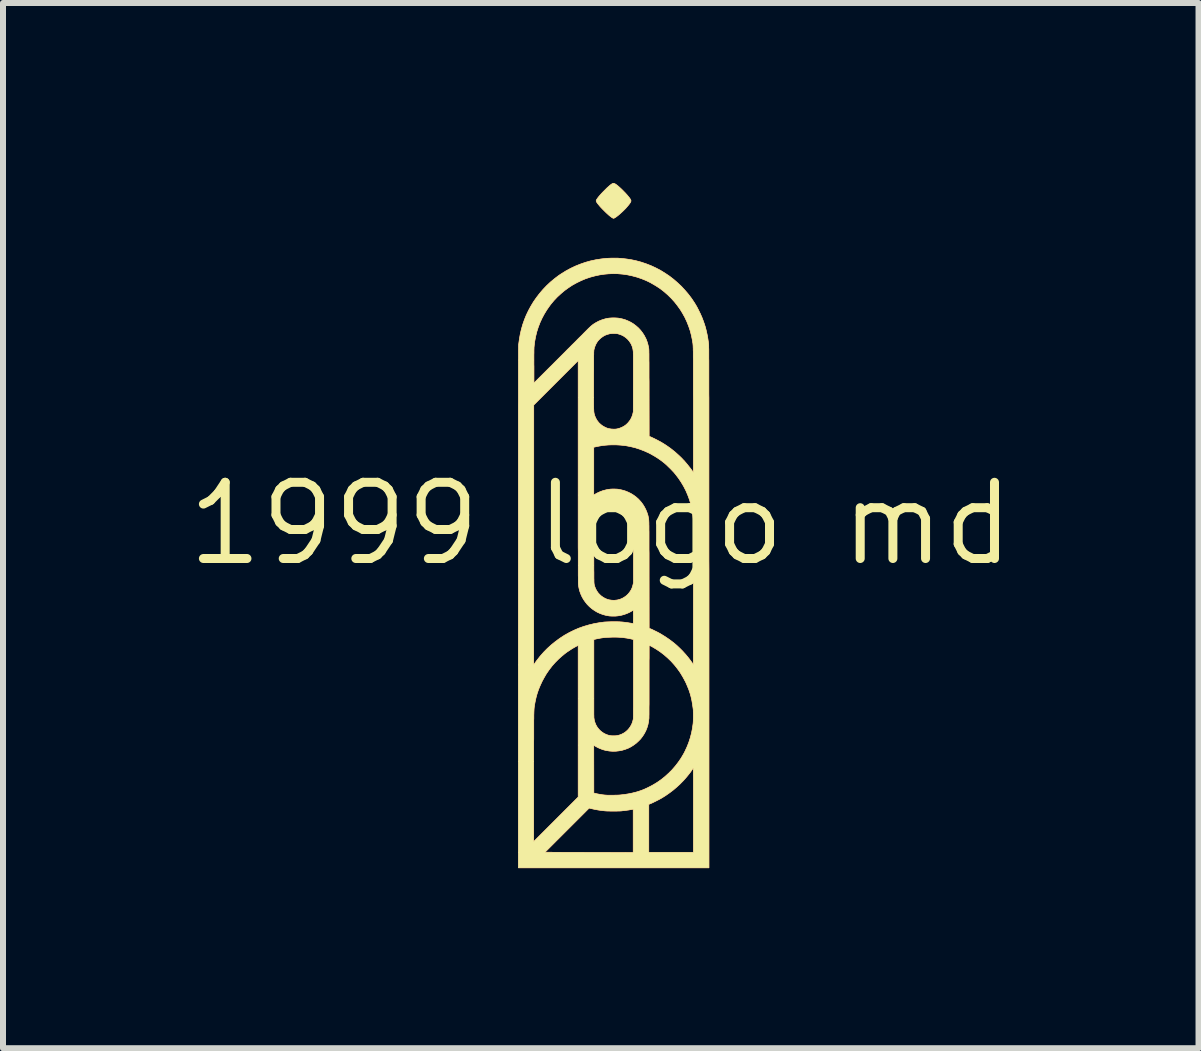
<source format=kicad_pcb>
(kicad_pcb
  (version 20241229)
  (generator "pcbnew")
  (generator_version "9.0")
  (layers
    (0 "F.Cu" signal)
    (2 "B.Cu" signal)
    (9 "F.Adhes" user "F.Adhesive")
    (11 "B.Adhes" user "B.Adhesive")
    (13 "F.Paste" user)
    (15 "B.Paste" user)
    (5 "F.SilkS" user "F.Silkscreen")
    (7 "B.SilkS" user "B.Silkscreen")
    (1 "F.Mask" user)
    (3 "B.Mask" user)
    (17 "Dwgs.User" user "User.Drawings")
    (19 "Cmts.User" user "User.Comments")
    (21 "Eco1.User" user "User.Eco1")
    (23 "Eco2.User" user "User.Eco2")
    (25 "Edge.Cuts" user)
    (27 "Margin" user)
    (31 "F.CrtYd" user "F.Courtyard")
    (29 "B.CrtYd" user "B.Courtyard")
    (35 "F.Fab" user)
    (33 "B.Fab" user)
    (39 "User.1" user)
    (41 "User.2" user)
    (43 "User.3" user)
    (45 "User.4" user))
  (footprint "1999 logo md"
    (layer "F.Cu")
    (at 6.962 5.678)
    (property "Reference" "1999 logo md" (at 0 0 0) (layer "F.SilkS") (effects (font (size 1.27 1.27) (thickness 0.15))))
    (attr through_hole)
    (fp_poly (pts (xy 0.217 -5.673) (xy 0.23 -5.668) (xy 0.245 -5.66) (xy 0.26 -5.65) (xy 0.277 -5.637) (xy 0.296 -5.621) (xy 0.316 -5.603) (xy 0.338 -5.583) (xy 0.359 -5.562) (xy 0.381 -5.54) (xy 0.403 -5.518) (xy 0.423 -5.496) (xy 0.442 -5.475) (xy 0.459 -5.454) (xy 0.474 -5.436) (xy 0.486 -5.419) (xy 0.495 -5.405) (xy 0.498 -5.401) (xy 0.501 -5.392) (xy 0.503 -5.382) (xy 0.502 -5.373) (xy 0.498 -5.362) (xy 0.491 -5.35) (xy 0.481 -5.335) (xy 0.471 -5.322) (xy 0.456 -5.303) (xy 0.439 -5.283) (xy 0.421 -5.262) (xy 0.401 -5.241) (xy 0.38 -5.22) (xy 0.359 -5.2) (xy 0.337 -5.18) (xy 0.316 -5.161) (xy 0.296 -5.144) (xy 0.277 -5.129) (xy 0.259 -5.115) (xy 0.243 -5.104) (xy 0.23 -5.096) (xy 0.219 -5.092) (xy 0.212 -5.09) (xy 0.207 -5.091) (xy 0.2 -5.095) (xy 0.192 -5.099) (xy 0.177 -5.109) (xy 0.16 -5.122) (xy 0.14 -5.138) (xy 0.119 -5.157) (xy 0.097 -5.177) (xy 0.074 -5.199) (xy 0.051 -5.222) (xy 0.028 -5.245) (xy 0.006 -5.268) (xy -0.014 -5.29) (xy -0.032 -5.312) (xy -0.048 -5.331) (xy -0.055 -5.34) (xy -0.065 -5.355) (xy -0.072 -5.366) (xy -0.075 -5.375) (xy -0.076 -5.384) (xy -0.074 -5.392) (xy -0.069 -5.402) (xy -0.064 -5.409) (xy -0.05 -5.429) (xy -0.032 -5.452) (xy -0.01 -5.478) (xy 0.014 -5.505) (xy 0.041 -5.533) (xy 0.07 -5.562) (xy 0.078 -5.57) (xy 0.104 -5.596) (xy 0.128 -5.617) (xy 0.149 -5.636) (xy 0.168 -5.651) (xy 0.184 -5.662) (xy 0.197 -5.67) (xy 0.207 -5.673) (xy 0.207 -5.673) (xy 0.217 -5.673)) (stroke (width 0.01) (type solid)) (fill yes) (layer "F.Cu"))
    (fp_poly (pts (xy 0.259 -4.425) (xy 0.289 -4.425) (xy 0.318 -4.423) (xy 0.342 -4.422) (xy 0.348 -4.421) (xy 0.433 -4.411) (xy 0.515 -4.398) (xy 0.586 -4.383) (xy 0.671 -4.36) (xy 0.755 -4.332) (xy 0.837 -4.3) (xy 0.917 -4.263) (xy 0.995 -4.222) (xy 1.07 -4.176) (xy 1.143 -4.127) (xy 1.212 -4.074) (xy 1.279 -4.016) (xy 1.343 -3.956) (xy 1.403 -3.891) (xy 1.46 -3.824) (xy 1.514 -3.753) (xy 1.563 -3.679) (xy 1.587 -3.639) (xy 1.601 -3.615) (xy 1.615 -3.588) (xy 1.63 -3.559) (xy 1.645 -3.528) (xy 1.66 -3.498) (xy 1.673 -3.468) (xy 1.685 -3.441) (xy 1.691 -3.426) (xy 1.711 -3.373) (xy 1.729 -3.321) (xy 1.745 -3.27) (xy 1.758 -3.217) (xy 1.77 -3.164) (xy 1.781 -3.108) (xy 1.79 -3.048) (xy 1.798 -2.991) (xy 1.798 -2.989) (xy 1.798 -2.987) (xy 1.798 -2.984) (xy 1.798 -2.981) (xy 1.798 -2.977) (xy 1.799 -2.973) (xy 1.799 -2.968) (xy 1.799 -2.962) (xy 1.799 -2.954) (xy 1.799 -2.946) (xy 1.799 -2.937) (xy 1.799 -2.927) (xy 1.8 -2.916) (xy 1.8 -2.903) (xy 1.8 -2.889) (xy 1.8 -2.873) (xy 1.8 -2.856) (xy 1.8 -2.838) (xy 1.8 -2.818) (xy 1.8 -2.796) (xy 1.8 -2.772) (xy 1.8 -2.747) (xy 1.801 -2.719) (xy 1.801 -2.69) (xy 1.801 -2.658) (xy 1.801 -2.625) (xy 1.801 -2.589) (xy 1.801 -2.551) (xy 1.801 -2.511) (xy 1.801 -2.468) (xy 1.801 -2.423) (xy 1.801 -2.375) (xy 1.801 -2.324) (xy 1.801 -2.271) (xy 1.801 -2.215) (xy 1.801 -2.157) (xy 1.802 -2.095) (xy 1.802 -2.03) (xy 1.802 -1.963) (xy 1.802 -1.892) (xy 1.802 -1.818) (xy 1.802 -1.741) (xy 1.802 -1.66) (xy 1.802 -1.576) (xy 1.802 -1.489) (xy 1.802 -1.398) (xy 1.802 -1.303) (xy 1.802 -1.205) (xy 1.802 -1.103) (xy 1.802 -0.997) (xy 1.802 -0.887) (xy 1.802 -0.773) (xy 1.802 -0.656) (xy 1.802 -0.534) (xy 1.802 -0.408) (xy 1.802 -0.277) (xy 1.802 -0.143) (xy 1.802 -0.004) (xy 1.802 0.14) (xy 1.802 0.288) (xy 1.802 0.441) (xy 1.802 0.598) (xy 1.803 0.76) (xy 1.803 0.927) (xy 1.803 1.099) (xy 1.803 1.276) (xy 1.803 1.39) (xy 1.803 5.735) (xy -1.374 5.735) (xy -1.374 5.475) (xy -0.93 5.475) (xy -0.651 5.476) (xy -0.617 5.476) (xy -0.578 5.477) (xy -0.535 5.477) (xy -0.489 5.477) (xy -0.439 5.477) (xy -0.387 5.477) (xy -0.333 5.477) (xy -0.278 5.477) (xy -0.221 5.478) (xy -0.164 5.478) (xy -0.107 5.478) (xy -0.05 5.478) (xy 0.005 5.478) (xy 0.059 5.478) (xy 0.084 5.478) (xy 0.541 5.479) (xy 0.541 4.757) (xy 0.535 4.758) (xy 0.523 4.761) (xy 0.506 4.764) (xy 0.486 4.767) (xy 0.464 4.771) (xy 0.44 4.774) (xy 0.415 4.778) (xy 0.391 4.781) (xy 0.368 4.783) (xy 0.346 4.786) (xy 0.344 4.786) (xy 0.33 4.787) (xy 0.312 4.788) (xy 0.29 4.788) (xy 0.266 4.789) (xy 0.24 4.789) (xy 0.213 4.789) (xy 0.186 4.789) (xy 0.16 4.789) (xy 0.135 4.788) (xy 0.113 4.788) (xy 0.094 4.787) (xy 0.079 4.786) (xy 0.077 4.786) (xy 0.019 4.78) (xy -0.036 4.772) (xy -0.088 4.763) (xy -0.138 4.752) (xy -0.151 4.749) (xy -0.194 4.739) (xy -0.562 5.107) (xy -0.93 5.475) (xy -1.374 5.475) (xy -1.374 3.891) (xy -1.118 3.891) (xy -1.118 3.966) (xy -1.118 4.045) (xy -1.118 4.129) (xy -1.118 4.218) (xy -1.118 4.225) (xy -1.118 5.297) (xy -0.747 4.926) (xy -0.498 4.677) (xy 0.8 4.677) (xy 0.8 5.476) (xy 1.544 5.476) (xy 1.544 4.772) (xy 1.544 4.713) (xy 1.544 4.655) (xy 1.544 4.598) (xy 1.544 4.543) (xy 1.544 4.491) (xy 1.544 4.44) (xy 1.544 4.392) (xy 1.544 4.346) (xy 1.544 4.303) (xy 1.544 4.263) (xy 1.544 4.226) (xy 1.543 4.193) (xy 1.543 4.163) (xy 1.543 4.137) (xy 1.543 4.115) (xy 1.543 4.097) (xy 1.543 4.084) (xy 1.542 4.075) (xy 1.542 4.071) (xy 1.542 4.07) (xy 1.54 4.073) (xy 1.536 4.08) (xy 1.53 4.088) (xy 1.524 4.097) (xy 1.5 4.132) (xy 1.472 4.169) (xy 1.442 4.206) (xy 1.41 4.244) (xy 1.376 4.282) (xy 1.367 4.291) (xy 1.317 4.342) (xy 1.262 4.392) (xy 1.204 4.441) (xy 1.143 4.487) (xy 1.08 4.531) (xy 1.016 4.571) (xy 1.01 4.574) (xy 0.991 4.585) (xy 0.969 4.597) (xy 0.945 4.609) (xy 0.92 4.622) (xy 0.895 4.634) (xy 0.871 4.646) (xy 0.85 4.656) (xy 0.832 4.663) (xy 0.8 4.677) (xy -0.498 4.677) (xy -0.376 4.555) (xy -0.376 3.69) (xy -0.117 3.69) (xy -0.116 4.489) (xy -0.085 4.496) (xy -0.06 4.502) (xy -0.033 4.507) (xy -0.004 4.512) (xy 0.024 4.517) (xy 0.05 4.52) (xy 0.068 4.522) (xy 0.08 4.523) (xy 0.097 4.524) (xy 0.117 4.525) (xy 0.14 4.525) (xy 0.165 4.525) (xy 0.191 4.525) (xy 0.217 4.525) (xy 0.242 4.524) (xy 0.266 4.524) (xy 0.288 4.523) (xy 0.307 4.522) (xy 0.321 4.521) (xy 0.392 4.513) (xy 0.462 4.502) (xy 0.53 4.488) (xy 0.597 4.471) (xy 0.66 4.451) (xy 0.711 4.432) (xy 0.729 4.424) (xy 0.751 4.414) (xy 0.775 4.403) (xy 0.799 4.391) (xy 0.823 4.379) (xy 0.846 4.367) (xy 0.866 4.356) (xy 0.871 4.353) (xy 0.941 4.311) (xy 1.008 4.264) (xy 1.072 4.213) (xy 1.132 4.158) (xy 1.19 4.1) (xy 1.243 4.039) (xy 1.293 3.974) (xy 1.339 3.907) (xy 1.381 3.836) (xy 1.402 3.796) (xy 1.436 3.723) (xy 1.466 3.648) (xy 1.491 3.571) (xy 1.512 3.492) (xy 1.528 3.411) (xy 1.538 3.339) (xy 1.54 3.324) (xy 1.541 3.306) (xy 1.542 3.284) (xy 1.542 3.26) (xy 1.543 3.234) (xy 1.543 3.208) (xy 1.543 3.181) (xy 1.543 3.156) (xy 1.542 3.133) (xy 1.542 3.112) (xy 1.541 3.095) (xy 1.54 3.085) (xy 1.53 3.015) (xy 1.519 2.949) (xy 1.505 2.886) (xy 1.488 2.825) (xy 1.468 2.766) (xy 1.444 2.707) (xy 1.418 2.647) (xy 1.407 2.625) (xy 1.368 2.553) (xy 1.326 2.483) (xy 1.279 2.417) (xy 1.228 2.353) (xy 1.174 2.293) (xy 1.116 2.237) (xy 1.054 2.183) (xy 0.99 2.134) (xy 0.922 2.089) (xy 0.851 2.047) (xy 0.837 2.04) (xy 0.826 2.034) (xy 0.817 2.029) (xy 0.81 2.026) (xy 0.807 2.024) (xy 0.807 2.024) (xy 0.807 2.027) (xy 0.807 2.034) (xy 0.806 2.046) (xy 0.806 2.063) (xy 0.806 2.083) (xy 0.806 2.108) (xy 0.806 2.136) (xy 0.806 2.168) (xy 0.806 2.203) (xy 0.806 2.241) (xy 0.805 2.282) (xy 0.805 2.326) (xy 0.805 2.372) (xy 0.805 2.42) (xy 0.805 2.47) (xy 0.805 2.522) (xy 0.805 2.576) (xy 0.805 2.614) (xy 0.805 2.68) (xy 0.805 2.743) (xy 0.805 2.802) (xy 0.805 2.859) (xy 0.805 2.912) (xy 0.805 2.962) (xy 0.805 3.008) (xy 0.804 3.051) (xy 0.804 3.09) (xy 0.804 3.125) (xy 0.804 3.155) (xy 0.804 3.181) (xy 0.803 3.203) (xy 0.803 3.22) (xy 0.803 3.233) (xy 0.803 3.24) (xy 0.803 3.241) (xy 0.796 3.297) (xy 0.786 3.35) (xy 0.77 3.402) (xy 0.75 3.452) (xy 0.725 3.499) (xy 0.696 3.544) (xy 0.663 3.587) (xy 0.632 3.619) (xy 0.592 3.656) (xy 0.549 3.688) (xy 0.504 3.717) (xy 0.457 3.741) (xy 0.407 3.76) (xy 0.357 3.775) (xy 0.305 3.785) (xy 0.252 3.791) (xy 0.198 3.792) (xy 0.144 3.788) (xy 0.091 3.779) (xy 0.084 3.778) (xy 0.05 3.769) (xy 0.014 3.757) (xy -0.021 3.743) (xy -0.054 3.728) (xy -0.085 3.711) (xy -0.106 3.698) (xy -0.117 3.69) (xy -0.376 3.69) (xy -0.376 2.851) (xy -0.116 2.851) (xy -0.116 2.909) (xy -0.116 2.963) (xy -0.116 3.011) (xy -0.116 3.055) (xy -0.116 3.094) (xy -0.116 3.128) (xy -0.116 3.157) (xy -0.116 3.182) (xy -0.115 3.202) (xy -0.115 3.218) (xy -0.115 3.229) (xy -0.114 3.235) (xy -0.114 3.235) (xy -0.108 3.275) (xy -0.097 3.313) (xy -0.082 3.35) (xy -0.063 3.384) (xy -0.04 3.415) (xy -0.014 3.444) (xy 0.016 3.469) (xy 0.048 3.491) (xy 0.083 3.509) (xy 0.12 3.523) (xy 0.159 3.532) (xy 0.176 3.534) (xy 0.196 3.535) (xy 0.217 3.535) (xy 0.238 3.535) (xy 0.258 3.533) (xy 0.268 3.532) (xy 0.308 3.523) (xy 0.346 3.509) (xy 0.381 3.491) (xy 0.414 3.469) (xy 0.444 3.443) (xy 0.47 3.414) (xy 0.493 3.382) (xy 0.513 3.347) (xy 0.528 3.31) (xy 0.539 3.27) (xy 0.54 3.265) (xy 0.541 3.263) (xy 0.541 3.26) (xy 0.542 3.256) (xy 0.542 3.252) (xy 0.542 3.248) (xy 0.543 3.242) (xy 0.543 3.235) (xy 0.543 3.226) (xy 0.543 3.216) (xy 0.544 3.204) (xy 0.544 3.19) (xy 0.544 3.174) (xy 0.544 3.155) (xy 0.544 3.134) (xy 0.544 3.111) (xy 0.544 3.084) (xy 0.545 3.054) (xy 0.545 3.021) (xy 0.545 2.984) (xy 0.545 2.944) (xy 0.545 2.9) (xy 0.545 2.852) (xy 0.545 2.799) (xy 0.545 2.742) (xy 0.545 2.681) (xy 0.545 2.614) (xy 0.545 2.586) (xy 0.545 1.929) (xy 0.532 1.926) (xy 0.518 1.923) (xy 0.501 1.919) (xy 0.481 1.915) (xy 0.46 1.911) (xy 0.44 1.907) (xy 0.42 1.904) (xy 0.41 1.903) (xy 0.379 1.898) (xy 0.349 1.895) (xy 0.32 1.893) (xy 0.29 1.891) (xy 0.258 1.89) (xy 0.223 1.89) (xy 0.193 1.89) (xy 0.149 1.892) (xy 0.109 1.893) (xy 0.072 1.896) (xy 0.037 1.9) (xy 0.001 1.905) (xy -0.034 1.912) (xy -0.072 1.919) (xy -0.079 1.921) (xy -0.116 1.929) (xy -0.116 2.568) (xy -0.116 2.646) (xy -0.116 2.719) (xy -0.116 2.788) (xy -0.116 2.851) (xy -0.376 2.851) (xy -0.376 2.027) (xy -0.401 2.039) (xy -0.439 2.06) (xy -0.479 2.083) (xy -0.52 2.11) (xy -0.561 2.137) (xy -0.6 2.166) (xy -0.636 2.196) (xy -0.638 2.197) (xy -0.7 2.252) (xy -0.758 2.31) (xy -0.812 2.371) (xy -0.862 2.436) (xy -0.908 2.503) (xy -0.949 2.574) (xy -0.978 2.628) (xy -1.01 2.697) (xy -1.038 2.765) (xy -1.061 2.833) (xy -1.08 2.903) (xy -1.095 2.973) (xy -1.104 3.024) (xy -1.105 3.031) (xy -1.106 3.038) (xy -1.107 3.045) (xy -1.108 3.051) (xy -1.109 3.057) (xy -1.11 3.064) (xy -1.11 3.07) (xy -1.111 3.077) (xy -1.112 3.085) (xy -1.112 3.093) (xy -1.113 3.102) (xy -1.113 3.112) (xy -1.114 3.123) (xy -1.114 3.136) (xy -1.115 3.15) (xy -1.115 3.165) (xy -1.116 3.183) (xy -1.116 3.202) (xy -1.116 3.223) (xy -1.116 3.247) (xy -1.117 3.272) (xy -1.117 3.301) (xy -1.117 3.332) (xy -1.117 3.366) (xy -1.117 3.402) (xy -1.117 3.442) (xy -1.117 3.485) (xy -1.117 3.532) (xy -1.117 3.582) (xy -1.118 3.636) (xy -1.118 3.694) (xy -1.118 3.755) (xy -1.118 3.821) (xy -1.118 3.891) (xy -1.374 3.891) (xy -1.374 2.353) (xy -1.118 2.353) (xy -1.099 2.326) (xy -1.09 2.313) (xy -1.08 2.299) (xy -1.07 2.285) (xy -1.064 2.277) (xy -1.01 2.208) (xy -0.952 2.142) (xy -0.89 2.079) (xy -0.825 2.02) (xy -0.756 1.964) (xy -0.685 1.912) (xy -0.678 1.907) (xy -0.603 1.858) (xy -0.526 1.815) (xy -0.447 1.776) (xy -0.366 1.741) (xy -0.284 1.712) (xy -0.199 1.687) (xy -0.113 1.666) (xy -0.024 1.65) (xy 0.057 1.639) (xy 0.073 1.638) (xy 0.094 1.637) (xy 0.117 1.636) (xy 0.144 1.635) (xy 0.171 1.634) (xy 0.199 1.634) (xy 0.227 1.634) (xy 0.254 1.634) (xy 0.278 1.634) (xy 0.3 1.635) (xy 0.317 1.635) (xy 0.318 1.636) (xy 0.336 1.637) (xy 0.355 1.638) (xy 0.374 1.64) (xy 0.39 1.642) (xy 0.394 1.642) (xy 0.405 1.644) (xy 0.419 1.645) (xy 0.435 1.648) (xy 0.452 1.65) (xy 0.47 1.653) (xy 0.487 1.656) (xy 0.503 1.658) (xy 0.518 1.661) (xy 0.529 1.663) (xy 0.537 1.665) (xy 0.54 1.665) (xy 0.541 1.665) (xy 0.541 1.664) (xy 0.542 1.661) (xy 0.543 1.655) (xy 0.543 1.647) (xy 0.543 1.637) (xy 0.543 1.622) (xy 0.543 1.604) (xy 0.544 1.582) (xy 0.544 1.555) (xy 0.544 1.553) (xy 0.544 1.53) (xy 0.543 1.508) (xy 0.543 1.489) (xy 0.543 1.472) (xy 0.543 1.458) (xy 0.543 1.448) (xy 0.543 1.442) (xy 0.542 1.44) (xy 0.54 1.441) (xy 0.534 1.445) (xy 0.526 1.45) (xy 0.52 1.453) (xy 0.478 1.477) (xy 0.433 1.497) (xy 0.385 1.514) (xy 0.336 1.527) (xy 0.288 1.535) (xy 0.27 1.537) (xy 0.249 1.539) (xy 0.225 1.539) (xy 0.201 1.539) (xy 0.178 1.539) (xy 0.158 1.538) (xy 0.145 1.537) (xy 0.091 1.528) (xy 0.039 1.514) (xy -0.011 1.496) (xy -0.059 1.474) (xy -0.104 1.447) (xy -0.147 1.417) (xy -0.187 1.383) (xy -0.224 1.346) (xy -0.257 1.305) (xy -0.287 1.262) (xy -0.313 1.216) (xy -0.335 1.167) (xy -0.35 1.124) (xy -0.357 1.099) (xy -0.363 1.072) (xy -0.368 1.044) (xy -0.372 1.017) (xy -0.373 1.007) (xy -0.373 1.003) (xy -0.374 0.995) (xy -0.374 0.984) (xy -0.374 0.968) (xy -0.374 0.949) (xy -0.374 0.926) (xy -0.374 0.898) (xy -0.375 0.867) (xy -0.375 0.831) (xy -0.375 0.792) (xy -0.375 0.748) (xy -0.375 0.7) (xy -0.375 0.647) (xy -0.375 0.646) (xy -0.116 0.646) (xy -0.116 0.692) (xy -0.116 0.735) (xy -0.116 0.773) (xy -0.115 0.808) (xy -0.115 0.839) (xy -0.115 0.866) (xy -0.115 0.891) (xy -0.115 0.913) (xy -0.114 0.932) (xy -0.114 0.949) (xy -0.114 0.963) (xy -0.113 0.976) (xy -0.113 0.986) (xy -0.112 0.995) (xy -0.111 1.003) (xy -0.11 1.01) (xy -0.109 1.016) (xy -0.108 1.021) (xy -0.107 1.026) (xy -0.106 1.031) (xy -0.104 1.035) (xy -0.103 1.04) (xy -0.101 1.045) (xy -0.1 1.048) (xy -0.086 1.084) (xy -0.067 1.119) (xy -0.045 1.151) (xy -0.019 1.18) (xy 0.01 1.206) (xy 0.042 1.228) (xy 0.076 1.247) (xy 0.111 1.261) (xy 0.14 1.269) (xy 0.181 1.275) (xy 0.222 1.277) (xy 0.263 1.273) (xy 0.282 1.27) (xy 0.32 1.26) (xy 0.357 1.245) (xy 0.392 1.225) (xy 0.424 1.202) (xy 0.453 1.175) (xy 0.479 1.144) (xy 0.491 1.127) (xy 0.507 1.101) (xy 0.519 1.076) (xy 0.529 1.049) (xy 0.537 1.019) (xy 0.539 1.01) (xy 0.545 0.984) (xy 0.545 0.481) (xy 0.545 0.422) (xy 0.545 0.367) (xy 0.545 0.317) (xy 0.545 0.271) (xy 0.545 0.23) (xy 0.545 0.192) (xy 0.545 0.158) (xy 0.545 0.128) (xy 0.544 0.101) (xy 0.544 0.078) (xy 0.544 0.057) (xy 0.544 0.039) (xy 0.544 0.023) (xy 0.544 0.01) (xy 0.543 -0.002) (xy 0.543 -0.011) (xy 0.543 -0.019) (xy 0.542 -0.026) (xy 0.542 -0.032) (xy 0.542 -0.036) (xy 0.541 -0.04) (xy 0.541 -0.043) (xy 0.54 -0.046) (xy 0.53 -0.085) (xy 0.516 -0.122) (xy 0.498 -0.157) (xy 0.477 -0.189) (xy 0.452 -0.218) (xy 0.424 -0.244) (xy 0.394 -0.266) (xy 0.362 -0.285) (xy 0.327 -0.3) (xy 0.291 -0.311) (xy 0.254 -0.318) (xy 0.216 -0.32) (xy 0.177 -0.318) (xy 0.137 -0.311) (xy 0.134 -0.31) (xy 0.095 -0.297) (xy 0.059 -0.28) (xy 0.025 -0.26) (xy -0.005 -0.235) (xy -0.033 -0.207) (xy -0.057 -0.175) (xy -0.078 -0.141) (xy -0.094 -0.104) (xy -0.107 -0.065) (xy -0.111 -0.047) (xy -0.112 -0.044) (xy -0.112 -0.041) (xy -0.112 -0.037) (xy -0.113 -0.033) (xy -0.113 -0.027) (xy -0.114 -0.021) (xy -0.114 -0.013) (xy -0.114 -0.003) (xy -0.114 0.008) (xy -0.115 0.021) (xy -0.115 0.037) (xy -0.115 0.055) (xy -0.115 0.076) (xy -0.115 0.1) (xy -0.115 0.126) (xy -0.115 0.157) (xy -0.115 0.19) (xy -0.115 0.228) (xy -0.116 0.269) (xy -0.116 0.315) (xy -0.116 0.365) (xy -0.116 0.42) (xy -0.116 0.479) (xy -0.116 0.539) (xy -0.116 0.595) (xy -0.116 0.646) (xy -0.375 0.646) (xy -0.375 0.59) (xy -0.375 0.529) (xy -0.375 0.464) (xy -0.376 0.394) (xy -0.376 0.319) (xy -0.376 0.24) (xy -0.376 0.156) (xy -0.376 0.068) (xy -0.376 -0.025) (xy -0.376 -0.123) (xy -0.376 -0.226) (xy -0.376 -0.333) (xy -0.376 -0.446) (xy -0.376 -0.563) (xy -0.376 -0.685) (xy -0.376 -0.812) (xy -0.376 -0.87) (xy -0.376 -1.275) (xy -0.117 -1.275) (xy -0.117 -0.477) (xy -0.11 -0.482) (xy -0.064 -0.509) (xy -0.014 -0.532) (xy 0.037 -0.551) (xy 0.091 -0.565) (xy 0.132 -0.573) (xy 0.151 -0.575) (xy 0.174 -0.577) (xy 0.199 -0.578) (xy 0.225 -0.578) (xy 0.25 -0.577) (xy 0.273 -0.576) (xy 0.293 -0.574) (xy 0.297 -0.573) (xy 0.351 -0.562) (xy 0.404 -0.547) (xy 0.454 -0.527) (xy 0.503 -0.503) (xy 0.548 -0.475) (xy 0.591 -0.443) (xy 0.631 -0.407) (xy 0.667 -0.367) (xy 0.676 -0.357) (xy 0.704 -0.318) (xy 0.729 -0.277) (xy 0.751 -0.234) (xy 0.769 -0.19) (xy 0.784 -0.146) (xy 0.79 -0.121) (xy 0.791 -0.115) (xy 0.792 -0.11) (xy 0.793 -0.105) (xy 0.794 -0.101) (xy 0.795 -0.096) (xy 0.796 -0.092) (xy 0.797 -0.087) (xy 0.798 -0.082) (xy 0.798 -0.076) (xy 0.799 -0.069) (xy 0.8 -0.061) (xy 0.8 -0.052) (xy 0.801 -0.042) (xy 0.801 -0.03) (xy 0.802 -0.017) (xy 0.802 -0.002) (xy 0.802 0.015) (xy 0.803 0.034) (xy 0.803 0.056) (xy 0.803 0.08) (xy 0.803 0.106) (xy 0.804 0.135) (xy 0.804 0.167) (xy 0.804 0.203) (xy 0.804 0.241) (xy 0.804 0.283) (xy 0.804 0.329) (xy 0.804 0.378) (xy 0.804 0.431) (xy 0.805 0.488) (xy 0.805 0.55) (xy 0.805 0.616) (xy 0.805 0.686) (xy 0.805 0.761) (xy 0.805 0.841) (xy 0.805 0.851) (xy 0.806 1.743) (xy 0.833 1.754) (xy 0.852 1.762) (xy 0.873 1.772) (xy 0.897 1.784) (xy 0.922 1.796) (xy 0.946 1.808) (xy 0.969 1.82) (xy 0.99 1.832) (xy 0.994 1.834) (xy 1.072 1.882) (xy 1.147 1.933) (xy 1.219 1.988) (xy 1.266 2.028) (xy 1.282 2.043) (xy 1.3 2.06) (xy 1.32 2.079) (xy 1.341 2.1) (xy 1.362 2.121) (xy 1.381 2.142) (xy 1.399 2.162) (xy 1.415 2.179) (xy 1.418 2.183) (xy 1.432 2.2) (xy 1.448 2.219) (xy 1.464 2.239) (xy 1.48 2.26) (xy 1.495 2.28) (xy 1.509 2.3) (xy 1.522 2.317) (xy 1.53 2.33) (xy 1.543 2.349) (xy 1.544 1.154) (xy 1.544 1.052) (xy 1.544 0.956) (xy 1.544 0.864) (xy 1.544 0.778) (xy 1.544 0.696) (xy 1.544 0.618) (xy 1.544 0.546) (xy 1.544 0.477) (xy 1.544 0.413) (xy 1.544 0.354) (xy 1.544 0.299) (xy 1.544 0.247) (xy 1.544 0.2) (xy 1.544 0.157) (xy 1.544 0.118) (xy 1.543 0.082) (xy 1.543 0.05) (xy 1.543 0.022) (xy 1.543 -0.002) (xy 1.543 -0.024) (xy 1.543 -0.041) (xy 1.542 -0.056) (xy 1.542 -0.067) (xy 1.542 -0.076) (xy 1.542 -0.081) (xy 1.542 -0.081) (xy 1.533 -0.162) (xy 1.52 -0.243) (xy 1.502 -0.322) (xy 1.479 -0.399) (xy 1.451 -0.475) (xy 1.419 -0.55) (xy 1.382 -0.622) (xy 1.34 -0.693) (xy 1.294 -0.761) (xy 1.244 -0.826) (xy 1.234 -0.838) (xy 1.222 -0.853) (xy 1.207 -0.869) (xy 1.189 -0.888) (xy 1.17 -0.908) (xy 1.15 -0.928) (xy 1.129 -0.948) (xy 1.11 -0.967) (xy 1.092 -0.984) (xy 1.076 -0.998) (xy 1.067 -1.006) (xy 1.01 -1.051) (xy 0.953 -1.091) (xy 0.894 -1.128) (xy 0.832 -1.163) (xy 0.801 -1.179) (xy 0.726 -1.213) (xy 0.65 -1.242) (xy 0.573 -1.267) (xy 0.494 -1.286) (xy 0.415 -1.301) (xy 0.334 -1.31) (xy 0.252 -1.315) (xy 0.184 -1.315) (xy 0.13 -1.313) (xy 0.08 -1.309) (xy 0.032 -1.304) (xy -0.016 -1.296) (xy -0.063 -1.287) (xy -0.09 -1.281) (xy -0.117 -1.275) (xy -0.376 -1.275) (xy -0.376 -2.139) (xy -0.119 -2.139) (xy -0.119 -2.101) (xy -0.119 -2.065) (xy -0.119 -2.034) (xy -0.119 -2.006) (xy -0.119 -1.98) (xy -0.118 -1.958) (xy -0.118 -1.938) (xy -0.118 -1.921) (xy -0.117 -1.906) (xy -0.117 -1.893) (xy -0.116 -1.882) (xy -0.116 -1.872) (xy -0.115 -1.863) (xy -0.114 -1.856) (xy -0.113 -1.849) (xy -0.112 -1.844) (xy -0.111 -1.838) (xy -0.11 -1.833) (xy -0.109 -1.829) (xy -0.101 -1.801) (xy -0.089 -1.772) (xy -0.075 -1.744) (xy -0.06 -1.719) (xy -0.052 -1.708) (xy -0.028 -1.679) (xy 0.000311 -1.653) (xy 0.031 -1.63) (xy 0.065 -1.611) (xy 0.099 -1.595) (xy 0.127 -1.586) (xy 0.154 -1.581) (xy 0.183 -1.577) (xy 0.212 -1.576) (xy 0.241 -1.576) (xy 0.267 -1.579) (xy 0.277 -1.581) (xy 0.316 -1.592) (xy 0.353 -1.607) (xy 0.389 -1.626) (xy 0.421 -1.649) (xy 0.45 -1.676) (xy 0.453 -1.68) (xy 0.479 -1.711) (xy 0.501 -1.745) (xy 0.518 -1.781) (xy 0.532 -1.82) (xy 0.536 -1.838) (xy 0.542 -1.863) (xy 0.543 -2.356) (xy 0.543 -2.423) (xy 0.543 -2.485) (xy 0.543 -2.542) (xy 0.543 -2.594) (xy 0.543 -2.642) (xy 0.543 -2.685) (xy 0.543 -2.723) (xy 0.543 -2.757) (xy 0.543 -2.787) (xy 0.543 -2.812) (xy 0.542 -2.833) (xy 0.542 -2.85) (xy 0.542 -2.863) (xy 0.541 -2.872) (xy 0.541 -2.876) (xy 0.535 -2.916) (xy 0.524 -2.954) (xy 0.509 -2.99) (xy 0.496 -3.013) (xy 0.473 -3.046) (xy 0.446 -3.077) (xy 0.416 -3.103) (xy 0.383 -3.126) (xy 0.348 -3.144) (xy 0.31 -3.158) (xy 0.278 -3.167) (xy 0.258 -3.169) (xy 0.236 -3.171) (xy 0.211 -3.171) (xy 0.187 -3.17) (xy 0.164 -3.168) (xy 0.145 -3.165) (xy 0.105 -3.154) (xy 0.067 -3.139) (xy 0.033 -3.119) (xy 0.001 -3.095) (xy -0.022 -3.074) (xy -0.048 -3.046) (xy -0.069 -3.015) (xy -0.087 -2.981) (xy -0.101 -2.945) (xy -0.112 -2.905) (xy -0.113 -2.902) (xy -0.114 -2.899) (xy -0.114 -2.896) (xy -0.115 -2.893) (xy -0.115 -2.889) (xy -0.116 -2.884) (xy -0.116 -2.878) (xy -0.116 -2.87) (xy -0.117 -2.861) (xy -0.117 -2.851) (xy -0.117 -2.838) (xy -0.117 -2.823) (xy -0.118 -2.806) (xy -0.118 -2.786) (xy -0.118 -2.763) (xy -0.118 -2.737) (xy -0.118 -2.708) (xy -0.118 -2.675) (xy -0.118 -2.638) (xy -0.118 -2.598) (xy -0.118 -2.553) (xy -0.119 -2.504) (xy -0.119 -2.45) (xy -0.119 -2.398) (xy -0.119 -2.337) (xy -0.119 -2.281) (xy -0.119 -2.229) (xy -0.119 -2.182) (xy -0.119 -2.139) (xy -0.376 -2.139) (xy -0.376 -2.719) (xy -0.746 -2.349) (xy -1.117 -1.978) (xy -1.117 0.187) (xy -1.118 2.353) (xy -1.374 2.353) (xy -1.373 1.393) (xy -1.373 1.213) (xy -1.373 1.038) (xy -1.373 0.868) (xy -1.373 0.703) (xy -1.373 0.543) (xy -1.373 0.388) (xy -1.373 0.237) (xy -1.373 0.091) (xy -1.373 -0.051) (xy -1.373 -0.188) (xy -1.373 -0.321) (xy -1.373 -0.449) (xy -1.373 -0.573) (xy -1.373 -0.694) (xy -1.373 -0.81) (xy -1.373 -0.922) (xy -1.373 -1.03) (xy -1.373 -1.134) (xy -1.373 -1.235) (xy -1.373 -1.331) (xy -1.373 -1.424) (xy -1.373 -1.514) (xy -1.373 -1.6) (xy -1.373 -1.682) (xy -1.373 -1.762) (xy -1.373 -1.837) (xy -1.373 -1.91) (xy -1.373 -1.98) (xy -1.372 -2.046) (xy -1.372 -2.109) (xy -1.372 -2.17) (xy -1.372 -2.227) (xy -1.372 -2.282) (xy -1.372 -2.334) (xy -1.372 -2.384) (xy -1.372 -2.43) (xy -1.372 -2.475) (xy -1.372 -2.517) (xy -1.372 -2.556) (xy -1.372 -2.593) (xy -1.372 -2.628) (xy -1.372 -2.661) (xy -1.372 -2.692) (xy -1.371 -2.72) (xy -1.371 -2.747) (xy -1.371 -2.763) (xy -1.115 -2.763) (xy -1.115 -2.728) (xy -1.115 -2.689) (xy -1.115 -2.645) (xy -1.114 -2.626) (xy -1.114 -2.344) (xy -0.673 -2.784) (xy -0.633 -2.824) (xy -0.594 -2.863) (xy -0.556 -2.902) (xy -0.518 -2.939) (xy -0.483 -2.975) (xy -0.448 -3.009) (xy -0.415 -3.042) (xy -0.384 -3.074) (xy -0.355 -3.103) (xy -0.327 -3.13) (xy -0.302 -3.155) (xy -0.28 -3.178) (xy -0.26 -3.198) (xy -0.243 -3.215) (xy -0.228 -3.23) (xy -0.217 -3.241) (xy -0.209 -3.249) (xy -0.205 -3.254) (xy -0.204 -3.254) (xy -0.166 -3.29) (xy -0.125 -3.323) (xy -0.08 -3.351) (xy -0.033 -3.376) (xy 0.016 -3.396) (xy 0.068 -3.412) (xy 0.07 -3.413) (xy 0.098 -3.419) (xy 0.123 -3.424) (xy 0.149 -3.427) (xy 0.175 -3.429) (xy 0.205 -3.43) (xy 0.215 -3.43) (xy 0.254 -3.429) (xy 0.291 -3.426) (xy 0.326 -3.42) (xy 0.362 -3.412) (xy 0.399 -3.401) (xy 0.404 -3.4) (xy 0.453 -3.38) (xy 0.501 -3.357) (xy 0.546 -3.329) (xy 0.588 -3.297) (xy 0.628 -3.262) (xy 0.664 -3.223) (xy 0.696 -3.181) (xy 0.725 -3.136) (xy 0.75 -3.088) (xy 0.757 -3.073) (xy 0.771 -3.036) (xy 0.783 -2.997) (xy 0.793 -2.956) (xy 0.801 -2.912) (xy 0.801 -2.909) (xy 0.801 -2.903) (xy 0.801 -2.895) (xy 0.802 -2.883) (xy 0.802 -2.87) (xy 0.802 -2.853) (xy 0.803 -2.833) (xy 0.803 -2.81) (xy 0.803 -2.783) (xy 0.803 -2.753) (xy 0.803 -2.719) (xy 0.804 -2.682) (xy 0.804 -2.641) (xy 0.804 -2.595) (xy 0.804 -2.546) (xy 0.804 -2.492) (xy 0.804 -2.434) (xy 0.805 -2.371) (xy 0.805 -2.303) (xy 0.805 -2.231) (xy 0.805 -2.175) (xy 0.806 -1.457) (xy 0.848 -1.439) (xy 0.93 -1.399) (xy 1.01 -1.356) (xy 1.087 -1.308) (xy 1.16 -1.257) (xy 1.231 -1.201) (xy 1.298 -1.141) (xy 1.336 -1.105) (xy 1.35 -1.091) (xy 1.364 -1.076) (xy 1.378 -1.061) (xy 1.391 -1.048) (xy 1.401 -1.036) (xy 1.401 -1.036) (xy 1.415 -1.02) (xy 1.431 -1.001) (xy 1.448 -0.981) (xy 1.464 -0.96) (xy 1.481 -0.939) (xy 1.496 -0.92) (xy 1.51 -0.902) (xy 1.52 -0.887) (xy 1.523 -0.883) (xy 1.543 -0.854) (xy 1.544 -0.948) (xy 1.544 -0.958) (xy 1.544 -0.972) (xy 1.544 -0.991) (xy 1.544 -1.015) (xy 1.544 -1.043) (xy 1.544 -1.075) (xy 1.544 -1.11) (xy 1.544 -1.15) (xy 1.544 -1.193) (xy 1.544 -1.239) (xy 1.544 -1.288) (xy 1.544 -1.341) (xy 1.544 -1.395) (xy 1.544 -1.453) (xy 1.544 -1.513) (xy 1.544 -1.574) (xy 1.544 -1.638) (xy 1.544 -1.703) (xy 1.544 -1.77) (xy 1.544 -1.838) (xy 1.544 -1.907) (xy 1.544 -1.977) (xy 1.544 -1.995) (xy 1.544 -2.078) (xy 1.543 -2.157) (xy 1.543 -2.23) (xy 1.543 -2.299) (xy 1.543 -2.364) (xy 1.543 -2.424) (xy 1.543 -2.48) (xy 1.543 -2.532) (xy 1.543 -2.581) (xy 1.543 -2.626) (xy 1.543 -2.667) (xy 1.543 -2.705) (xy 1.543 -2.74) (xy 1.542 -2.772) (xy 1.542 -2.801) (xy 1.542 -2.827) (xy 1.542 -2.851) (xy 1.542 -2.873) (xy 1.541 -2.892) (xy 1.541 -2.91) (xy 1.541 -2.925) (xy 1.54 -2.939) (xy 1.54 -2.952) (xy 1.539 -2.963) (xy 1.539 -2.972) (xy 1.538 -2.981) (xy 1.537 -2.989) (xy 1.537 -2.996) (xy 1.536 -3.003) (xy 1.535 -3.009) (xy 1.534 -3.015) (xy 1.533 -3.021) (xy 1.532 -3.027) (xy 1.531 -3.034) (xy 1.53 -3.04) (xy 1.529 -3.048) (xy 1.528 -3.053) (xy 1.512 -3.133) (xy 1.492 -3.212) (xy 1.466 -3.289) (xy 1.436 -3.365) (xy 1.402 -3.438) (xy 1.362 -3.51) (xy 1.327 -3.567) (xy 1.279 -3.634) (xy 1.228 -3.699) (xy 1.173 -3.759) (xy 1.115 -3.816) (xy 1.053 -3.87) (xy 0.988 -3.92) (xy 0.919 -3.965) (xy 0.847 -4.007) (xy 0.828 -4.018) (xy 0.756 -4.053) (xy 0.682 -4.083) (xy 0.606 -4.109) (xy 0.528 -4.13) (xy 0.45 -4.147) (xy 0.37 -4.159) (xy 0.29 -4.166) (xy 0.209 -4.168) (xy 0.129 -4.165) (xy 0.062 -4.159) (xy -0.019 -4.147) (xy -0.098 -4.13) (xy -0.176 -4.109) (xy -0.253 -4.083) (xy -0.327 -4.052) (xy -0.399 -4.017) (xy -0.47 -3.978) (xy -0.537 -3.934) (xy -0.602 -3.887) (xy -0.664 -3.835) (xy -0.724 -3.78) (xy -0.78 -3.721) (xy -0.832 -3.658) (xy -0.851 -3.633) (xy -0.898 -3.566) (xy -0.941 -3.496) (xy -0.979 -3.425) (xy -1.013 -3.351) (xy -1.042 -3.275) (xy -1.067 -3.197) (xy -1.086 -3.118) (xy -1.101 -3.038) (xy -1.111 -2.956) (xy -1.111 -2.951) (xy -1.112 -2.943) (xy -1.113 -2.934) (xy -1.113 -2.924) (xy -1.113 -2.913) (xy -1.114 -2.899) (xy -1.114 -2.884) (xy -1.114 -2.866) (xy -1.114 -2.845) (xy -1.115 -2.821) (xy -1.115 -2.794) (xy -1.115 -2.763) (xy -1.371 -2.763) (xy -1.371 -2.772) (xy -1.371 -2.795) (xy -1.371 -2.817) (xy -1.371 -2.836) (xy -1.371 -2.854) (xy -1.371 -2.871) (xy -1.371 -2.886) (xy -1.371 -2.9) (xy -1.37 -2.912) (xy -1.37 -2.924) (xy -1.37 -2.934) (xy -1.37 -2.943) (xy -1.37 -2.951) (xy -1.37 -2.958) (xy -1.37 -2.964) (xy -1.369 -2.969) (xy -1.369 -2.974) (xy -1.369 -2.978) (xy -1.369 -2.981) (xy -1.369 -2.984) (xy -1.369 -2.986) (xy -1.368 -2.988) (xy -1.368 -2.99) (xy -1.356 -3.077) (xy -1.341 -3.162) (xy -1.322 -3.243) (xy -1.299 -3.323) (xy -1.272 -3.4) (xy -1.241 -3.476) (xy -1.205 -3.551) (xy -1.165 -3.625) (xy -1.163 -3.628) (xy -1.119 -3.701) (xy -1.07 -3.771) (xy -1.017 -3.84) (xy -0.961 -3.905) (xy -0.901 -3.968) (xy -0.838 -4.027) (xy -0.772 -4.082) (xy -0.704 -4.134) (xy -0.659 -4.164) (xy -0.582 -4.212) (xy -0.503 -4.255) (xy -0.423 -4.293) (xy -0.341 -4.326) (xy -0.258 -4.355) (xy -0.173 -4.379) (xy -0.085 -4.398) (xy 0.004 -4.412) (xy 0.081 -4.421) (xy 0.105 -4.423) (xy 0.132 -4.424) (xy 0.162 -4.425) (xy 0.194 -4.426) (xy 0.226 -4.426) (xy 0.259 -4.425)) (stroke (width 0.01) (type solid)) (fill yes) (layer "F.Cu"))
    (fp_poly (pts (xy 0.217 -5.673) (xy 0.23 -5.668) (xy 0.245 -5.66) (xy 0.26 -5.65) (xy 0.277 -5.637) (xy 0.296 -5.621) (xy 0.316 -5.603) (xy 0.338 -5.583) (xy 0.359 -5.562) (xy 0.381 -5.54) (xy 0.403 -5.518) (xy 0.423 -5.496) (xy 0.442 -5.475) (xy 0.459 -5.454) (xy 0.474 -5.436) (xy 0.486 -5.419) (xy 0.495 -5.405) (xy 0.498 -5.401) (xy 0.501 -5.392) (xy 0.503 -5.382) (xy 0.502 -5.373) (xy 0.498 -5.362) (xy 0.491 -5.35) (xy 0.481 -5.335) (xy 0.471 -5.322) (xy 0.456 -5.303) (xy 0.439 -5.283) (xy 0.421 -5.262) (xy 0.401 -5.241) (xy 0.38 -5.22) (xy 0.359 -5.2) (xy 0.337 -5.18) (xy 0.316 -5.161) (xy 0.296 -5.144) (xy 0.277 -5.129) (xy 0.259 -5.115) (xy 0.243 -5.104) (xy 0.23 -5.096) (xy 0.219 -5.092) (xy 0.212 -5.09) (xy 0.207 -5.091) (xy 0.2 -5.095) (xy 0.192 -5.099) (xy 0.177 -5.109) (xy 0.16 -5.122) (xy 0.14 -5.138) (xy 0.119 -5.157) (xy 0.097 -5.177) (xy 0.074 -5.199) (xy 0.051 -5.222) (xy 0.028 -5.245) (xy 0.006 -5.268) (xy -0.014 -5.29) (xy -0.032 -5.312) (xy -0.048 -5.331) (xy -0.055 -5.34) (xy -0.065 -5.355) (xy -0.072 -5.366) (xy -0.075 -5.375) (xy -0.076 -5.384) (xy -0.074 -5.392) (xy -0.069 -5.402) (xy -0.064 -5.409) (xy -0.05 -5.429) (xy -0.032 -5.452) (xy -0.01 -5.478) (xy 0.014 -5.505) (xy 0.041 -5.533) (xy 0.07 -5.562) (xy 0.078 -5.57) (xy 0.104 -5.596) (xy 0.128 -5.617) (xy 0.149 -5.636) (xy 0.168 -5.651) (xy 0.184 -5.662) (xy 0.197 -5.67) (xy 0.207 -5.673) (xy 0.207 -5.673) (xy 0.217 -5.673)) (stroke (width 0.01) (type solid)) (fill yes) (layer "F.SilkS"))
    (fp_poly (pts (xy 0.259 -4.425) (xy 0.289 -4.425) (xy 0.318 -4.423) (xy 0.342 -4.422) (xy 0.348 -4.421) (xy 0.433 -4.411) (xy 0.515 -4.398) (xy 0.586 -4.383) (xy 0.671 -4.36) (xy 0.755 -4.332) (xy 0.837 -4.3) (xy 0.917 -4.263) (xy 0.995 -4.222) (xy 1.07 -4.176) (xy 1.143 -4.127) (xy 1.212 -4.074) (xy 1.279 -4.016) (xy 1.343 -3.956) (xy 1.403 -3.891) (xy 1.46 -3.824) (xy 1.514 -3.753) (xy 1.563 -3.679) (xy 1.587 -3.639) (xy 1.601 -3.615) (xy 1.615 -3.588) (xy 1.63 -3.559) (xy 1.645 -3.528) (xy 1.66 -3.498) (xy 1.673 -3.468) (xy 1.685 -3.441) (xy 1.691 -3.426) (xy 1.711 -3.373) (xy 1.729 -3.321) (xy 1.745 -3.27) (xy 1.758 -3.217) (xy 1.77 -3.164) (xy 1.781 -3.108) (xy 1.79 -3.048) (xy 1.798 -2.991) (xy 1.798 -2.989) (xy 1.798 -2.987) (xy 1.798 -2.984) (xy 1.798 -2.981) (xy 1.798 -2.977) (xy 1.799 -2.973) (xy 1.799 -2.968) (xy 1.799 -2.962) (xy 1.799 -2.954) (xy 1.799 -2.946) (xy 1.799 -2.937) (xy 1.799 -2.927) (xy 1.8 -2.916) (xy 1.8 -2.903) (xy 1.8 -2.889) (xy 1.8 -2.873) (xy 1.8 -2.856) (xy 1.8 -2.838) (xy 1.8 -2.818) (xy 1.8 -2.796) (xy 1.8 -2.772) (xy 1.8 -2.747) (xy 1.801 -2.719) (xy 1.801 -2.69) (xy 1.801 -2.658) (xy 1.801 -2.625) (xy 1.801 -2.589) (xy 1.801 -2.551) (xy 1.801 -2.511) (xy 1.801 -2.468) (xy 1.801 -2.423) (xy 1.801 -2.375) (xy 1.801 -2.324) (xy 1.801 -2.271) (xy 1.801 -2.215) (xy 1.801 -2.157) (xy 1.802 -2.095) (xy 1.802 -2.03) (xy 1.802 -1.963) (xy 1.802 -1.892) (xy 1.802 -1.818) (xy 1.802 -1.741) (xy 1.802 -1.66) (xy 1.802 -1.576) (xy 1.802 -1.489) (xy 1.802 -1.398) (xy 1.802 -1.303) (xy 1.802 -1.205) (xy 1.802 -1.103) (xy 1.802 -0.997) (xy 1.802 -0.887) (xy 1.802 -0.773) (xy 1.802 -0.656) (xy 1.802 -0.534) (xy 1.802 -0.408) (xy 1.802 -0.277) (xy 1.802 -0.143) (xy 1.802 -0.004) (xy 1.802 0.14) (xy 1.802 0.288) (xy 1.802 0.441) (xy 1.802 0.598) (xy 1.803 0.76) (xy 1.803 0.927) (xy 1.803 1.099) (xy 1.803 1.276) (xy 1.803 1.39) (xy 1.803 5.735) (xy -1.374 5.735) (xy -1.374 5.475) (xy -0.93 5.475) (xy -0.651 5.476) (xy -0.617 5.476) (xy -0.578 5.477) (xy -0.535 5.477) (xy -0.489 5.477) (xy -0.439 5.477) (xy -0.387 5.477) (xy -0.333 5.477) (xy -0.278 5.477) (xy -0.221 5.478) (xy -0.164 5.478) (xy -0.107 5.478) (xy -0.05 5.478) (xy 0.005 5.478) (xy 0.059 5.478) (xy 0.084 5.478) (xy 0.541 5.479) (xy 0.541 4.757) (xy 0.535 4.758) (xy 0.523 4.761) (xy 0.506 4.764) (xy 0.486 4.767) (xy 0.464 4.771) (xy 0.44 4.774) (xy 0.415 4.778) (xy 0.391 4.781) (xy 0.368 4.783) (xy 0.346 4.786) (xy 0.344 4.786) (xy 0.33 4.787) (xy 0.312 4.788) (xy 0.29 4.788) (xy 0.266 4.789) (xy 0.24 4.789) (xy 0.213 4.789) (xy 0.186 4.789) (xy 0.16 4.789) (xy 0.135 4.788) (xy 0.113 4.788) (xy 0.094 4.787) (xy 0.079 4.786) (xy 0.077 4.786) (xy 0.019 4.78) (xy -0.036 4.772) (xy -0.088 4.763) (xy -0.138 4.752) (xy -0.151 4.749) (xy -0.194 4.739) (xy -0.562 5.107) (xy -0.93 5.475) (xy -1.374 5.475) (xy -1.374 3.891) (xy -1.118 3.891) (xy -1.118 3.966) (xy -1.118 4.045) (xy -1.118 4.129) (xy -1.118 4.218) (xy -1.118 4.225) (xy -1.118 5.297) (xy -0.747 4.926) (xy -0.498 4.677) (xy 0.8 4.677) (xy 0.8 5.476) (xy 1.544 5.476) (xy 1.544 4.772) (xy 1.544 4.713) (xy 1.544 4.655) (xy 1.544 4.598) (xy 1.544 4.543) (xy 1.544 4.491) (xy 1.544 4.44) (xy 1.544 4.392) (xy 1.544 4.346) (xy 1.544 4.303) (xy 1.544 4.263) (xy 1.544 4.226) (xy 1.543 4.193) (xy 1.543 4.163) (xy 1.543 4.137) (xy 1.543 4.115) (xy 1.543 4.097) (xy 1.543 4.084) (xy 1.542 4.075) (xy 1.542 4.071) (xy 1.542 4.07) (xy 1.54 4.073) (xy 1.536 4.08) (xy 1.53 4.088) (xy 1.524 4.097) (xy 1.5 4.132) (xy 1.472 4.169) (xy 1.442 4.206) (xy 1.41 4.244) (xy 1.376 4.282) (xy 1.367 4.291) (xy 1.317 4.342) (xy 1.262 4.392) (xy 1.204 4.441) (xy 1.143 4.487) (xy 1.08 4.531) (xy 1.016 4.571) (xy 1.01 4.574) (xy 0.991 4.585) (xy 0.969 4.597) (xy 0.945 4.609) (xy 0.92 4.622) (xy 0.895 4.634) (xy 0.871 4.646) (xy 0.85 4.656) (xy 0.832 4.663) (xy 0.8 4.677) (xy -0.498 4.677) (xy -0.376 4.555) (xy -0.376 3.69) (xy -0.117 3.69) (xy -0.116 4.489) (xy -0.085 4.496) (xy -0.06 4.502) (xy -0.033 4.507) (xy -0.004 4.512) (xy 0.024 4.517) (xy 0.05 4.52) (xy 0.068 4.522) (xy 0.08 4.523) (xy 0.097 4.524) (xy 0.117 4.525) (xy 0.14 4.525) (xy 0.165 4.525) (xy 0.191 4.525) (xy 0.217 4.525) (xy 0.242 4.524) (xy 0.266 4.524) (xy 0.288 4.523) (xy 0.307 4.522) (xy 0.321 4.521) (xy 0.392 4.513) (xy 0.462 4.502) (xy 0.53 4.488) (xy 0.597 4.471) (xy 0.66 4.451) (xy 0.711 4.432) (xy 0.729 4.424) (xy 0.751 4.414) (xy 0.775 4.403) (xy 0.799 4.391) (xy 0.823 4.379) (xy 0.846 4.367) (xy 0.866 4.356) (xy 0.871 4.353) (xy 0.941 4.311) (xy 1.008 4.264) (xy 1.072 4.213) (xy 1.132 4.158) (xy 1.19 4.1) (xy 1.243 4.039) (xy 1.293 3.974) (xy 1.339 3.907) (xy 1.381 3.836) (xy 1.402 3.796) (xy 1.436 3.723) (xy 1.466 3.648) (xy 1.491 3.571) (xy 1.512 3.492) (xy 1.528 3.411) (xy 1.538 3.339) (xy 1.54 3.324) (xy 1.541 3.306) (xy 1.542 3.284) (xy 1.542 3.26) (xy 1.543 3.234) (xy 1.543 3.208) (xy 1.543 3.181) (xy 1.543 3.156) (xy 1.542 3.133) (xy 1.542 3.112) (xy 1.541 3.095) (xy 1.54 3.085) (xy 1.53 3.015) (xy 1.519 2.949) (xy 1.505 2.886) (xy 1.488 2.825) (xy 1.468 2.766) (xy 1.444 2.707) (xy 1.418 2.647) (xy 1.407 2.625) (xy 1.368 2.553) (xy 1.326 2.483) (xy 1.279 2.417) (xy 1.228 2.353) (xy 1.174 2.293) (xy 1.116 2.237) (xy 1.054 2.183) (xy 0.99 2.134) (xy 0.922 2.089) (xy 0.851 2.047) (xy 0.837 2.04) (xy 0.826 2.034) (xy 0.817 2.029) (xy 0.81 2.026) (xy 0.807 2.024) (xy 0.807 2.024) (xy 0.807 2.027) (xy 0.807 2.034) (xy 0.806 2.046) (xy 0.806 2.063) (xy 0.806 2.083) (xy 0.806 2.108) (xy 0.806 2.136) (xy 0.806 2.168) (xy 0.806 2.203) (xy 0.806 2.241) (xy 0.805 2.282) (xy 0.805 2.326) (xy 0.805 2.372) (xy 0.805 2.42) (xy 0.805 2.47) (xy 0.805 2.522) (xy 0.805 2.576) (xy 0.805 2.614) (xy 0.805 2.68) (xy 0.805 2.743) (xy 0.805 2.802) (xy 0.805 2.859) (xy 0.805 2.912) (xy 0.805 2.962) (xy 0.805 3.008) (xy 0.804 3.051) (xy 0.804 3.09) (xy 0.804 3.125) (xy 0.804 3.155) (xy 0.804 3.181) (xy 0.803 3.203) (xy 0.803 3.22) (xy 0.803 3.233) (xy 0.803 3.24) (xy 0.803 3.241) (xy 0.796 3.297) (xy 0.786 3.35) (xy 0.77 3.402) (xy 0.75 3.452) (xy 0.725 3.499) (xy 0.696 3.544) (xy 0.663 3.587) (xy 0.632 3.619) (xy 0.592 3.656) (xy 0.549 3.688) (xy 0.504 3.717) (xy 0.457 3.741) (xy 0.407 3.76) (xy 0.357 3.775) (xy 0.305 3.785) (xy 0.252 3.791) (xy 0.198 3.792) (xy 0.144 3.788) (xy 0.091 3.779) (xy 0.084 3.778) (xy 0.05 3.769) (xy 0.014 3.757) (xy -0.021 3.743) (xy -0.054 3.728) (xy -0.085 3.711) (xy -0.106 3.698) (xy -0.117 3.69) (xy -0.376 3.69) (xy -0.376 2.851) (xy -0.116 2.851) (xy -0.116 2.909) (xy -0.116 2.963) (xy -0.116 3.011) (xy -0.116 3.055) (xy -0.116 3.094) (xy -0.116 3.128) (xy -0.116 3.157) (xy -0.116 3.182) (xy -0.115 3.202) (xy -0.115 3.218) (xy -0.115 3.229) (xy -0.114 3.235) (xy -0.114 3.235) (xy -0.108 3.275) (xy -0.097 3.313) (xy -0.082 3.35) (xy -0.063 3.384) (xy -0.04 3.415) (xy -0.014 3.444) (xy 0.016 3.469) (xy 0.048 3.491) (xy 0.083 3.509) (xy 0.12 3.523) (xy 0.159 3.532) (xy 0.176 3.534) (xy 0.196 3.535) (xy 0.217 3.535) (xy 0.238 3.535) (xy 0.258 3.533) (xy 0.268 3.532) (xy 0.308 3.523) (xy 0.346 3.509) (xy 0.381 3.491) (xy 0.414 3.469) (xy 0.444 3.443) (xy 0.47 3.414) (xy 0.493 3.382) (xy 0.513 3.347) (xy 0.528 3.31) (xy 0.539 3.27) (xy 0.54 3.265) (xy 0.541 3.263) (xy 0.541 3.26) (xy 0.542 3.256) (xy 0.542 3.252) (xy 0.542 3.248) (xy 0.543 3.242) (xy 0.543 3.235) (xy 0.543 3.226) (xy 0.543 3.216) (xy 0.544 3.204) (xy 0.544 3.19) (xy 0.544 3.174) (xy 0.544 3.155) (xy 0.544 3.134) (xy 0.544 3.111) (xy 0.544 3.084) (xy 0.545 3.054) (xy 0.545 3.021) (xy 0.545 2.984) (xy 0.545 2.944) (xy 0.545 2.9) (xy 0.545 2.852) (xy 0.545 2.799) (xy 0.545 2.742) (xy 0.545 2.681) (xy 0.545 2.614) (xy 0.545 2.586) (xy 0.545 1.929) (xy 0.532 1.926) (xy 0.518 1.923) (xy 0.501 1.919) (xy 0.481 1.915) (xy 0.46 1.911) (xy 0.44 1.907) (xy 0.42 1.904) (xy 0.41 1.903) (xy 0.379 1.898) (xy 0.349 1.895) (xy 0.32 1.893) (xy 0.29 1.891) (xy 0.258 1.89) (xy 0.223 1.89) (xy 0.193 1.89) (xy 0.149 1.892) (xy 0.109 1.893) (xy 0.072 1.896) (xy 0.037 1.9) (xy 0.001 1.905) (xy -0.034 1.912) (xy -0.072 1.919) (xy -0.079 1.921) (xy -0.116 1.929) (xy -0.116 2.568) (xy -0.116 2.646) (xy -0.116 2.719) (xy -0.116 2.788) (xy -0.116 2.851) (xy -0.376 2.851) (xy -0.376 2.027) (xy -0.401 2.039) (xy -0.439 2.06) (xy -0.479 2.083) (xy -0.52 2.11) (xy -0.561 2.137) (xy -0.6 2.166) (xy -0.636 2.196) (xy -0.638 2.197) (xy -0.7 2.252) (xy -0.758 2.31) (xy -0.812 2.371) (xy -0.862 2.436) (xy -0.908 2.503) (xy -0.949 2.574) (xy -0.978 2.628) (xy -1.01 2.697) (xy -1.038 2.765) (xy -1.061 2.833) (xy -1.08 2.903) (xy -1.095 2.973) (xy -1.104 3.024) (xy -1.105 3.031) (xy -1.106 3.038) (xy -1.107 3.045) (xy -1.108 3.051) (xy -1.109 3.057) (xy -1.11 3.064) (xy -1.11 3.07) (xy -1.111 3.077) (xy -1.112 3.085) (xy -1.112 3.093) (xy -1.113 3.102) (xy -1.113 3.112) (xy -1.114 3.123) (xy -1.114 3.136) (xy -1.115 3.15) (xy -1.115 3.165) (xy -1.116 3.183) (xy -1.116 3.202) (xy -1.116 3.223) (xy -1.116 3.247) (xy -1.117 3.272) (xy -1.117 3.301) (xy -1.117 3.332) (xy -1.117 3.366) (xy -1.117 3.402) (xy -1.117 3.442) (xy -1.117 3.485) (xy -1.117 3.532) (xy -1.117 3.582) (xy -1.118 3.636) (xy -1.118 3.694) (xy -1.118 3.755) (xy -1.118 3.821) (xy -1.118 3.891) (xy -1.374 3.891) (xy -1.374 2.353) (xy -1.118 2.353) (xy -1.099 2.326) (xy -1.09 2.313) (xy -1.08 2.299) (xy -1.07 2.285) (xy -1.064 2.277) (xy -1.01 2.208) (xy -0.952 2.142) (xy -0.89 2.079) (xy -0.825 2.02) (xy -0.756 1.964) (xy -0.685 1.912) (xy -0.678 1.907) (xy -0.603 1.858) (xy -0.526 1.815) (xy -0.447 1.776) (xy -0.366 1.741) (xy -0.284 1.712) (xy -0.199 1.687) (xy -0.113 1.666) (xy -0.024 1.65) (xy 0.057 1.639) (xy 0.073 1.638) (xy 0.094 1.637) (xy 0.117 1.636) (xy 0.144 1.635) (xy 0.171 1.634) (xy 0.199 1.634) (xy 0.227 1.634) (xy 0.254 1.634) (xy 0.278 1.634) (xy 0.3 1.635) (xy 0.317 1.635) (xy 0.318 1.636) (xy 0.336 1.637) (xy 0.355 1.638) (xy 0.374 1.64) (xy 0.39 1.642) (xy 0.394 1.642) (xy 0.405 1.644) (xy 0.419 1.645) (xy 0.435 1.648) (xy 0.452 1.65) (xy 0.47 1.653) (xy 0.487 1.656) (xy 0.503 1.658) (xy 0.518 1.661) (xy 0.529 1.663) (xy 0.537 1.665) (xy 0.54 1.665) (xy 0.541 1.665) (xy 0.541 1.664) (xy 0.542 1.661) (xy 0.543 1.655) (xy 0.543 1.647) (xy 0.543 1.637) (xy 0.543 1.622) (xy 0.543 1.604) (xy 0.544 1.582) (xy 0.544 1.555) (xy 0.544 1.553) (xy 0.544 1.53) (xy 0.543 1.508) (xy 0.543 1.489) (xy 0.543 1.472) (xy 0.543 1.458) (xy 0.543 1.448) (xy 0.543 1.442) (xy 0.542 1.44) (xy 0.54 1.441) (xy 0.534 1.445) (xy 0.526 1.45) (xy 0.52 1.453) (xy 0.478 1.477) (xy 0.433 1.497) (xy 0.385 1.514) (xy 0.336 1.527) (xy 0.288 1.535) (xy 0.27 1.537) (xy 0.249 1.539) (xy 0.225 1.539) (xy 0.201 1.539) (xy 0.178 1.539) (xy 0.158 1.538) (xy 0.145 1.537) (xy 0.091 1.528) (xy 0.039 1.514) (xy -0.011 1.496) (xy -0.059 1.474) (xy -0.104 1.447) (xy -0.147 1.417) (xy -0.187 1.383) (xy -0.224 1.346) (xy -0.257 1.305) (xy -0.287 1.262) (xy -0.313 1.216) (xy -0.335 1.167) (xy -0.35 1.124) (xy -0.357 1.099) (xy -0.363 1.072) (xy -0.368 1.044) (xy -0.372 1.017) (xy -0.373 1.007) (xy -0.373 1.003) (xy -0.374 0.995) (xy -0.374 0.984) (xy -0.374 0.968) (xy -0.374 0.949) (xy -0.374 0.926) (xy -0.374 0.898) (xy -0.375 0.867) (xy -0.375 0.831) (xy -0.375 0.792) (xy -0.375 0.748) (xy -0.375 0.7) (xy -0.375 0.647) (xy -0.375 0.646) (xy -0.116 0.646) (xy -0.116 0.692) (xy -0.116 0.735) (xy -0.116 0.773) (xy -0.115 0.808) (xy -0.115 0.839) (xy -0.115 0.866) (xy -0.115 0.891) (xy -0.115 0.913) (xy -0.114 0.932) (xy -0.114 0.949) (xy -0.114 0.963) (xy -0.113 0.976) (xy -0.113 0.986) (xy -0.112 0.995) (xy -0.111 1.003) (xy -0.11 1.01) (xy -0.109 1.016) (xy -0.108 1.021) (xy -0.107 1.026) (xy -0.106 1.031) (xy -0.104 1.035) (xy -0.103 1.04) (xy -0.101 1.045) (xy -0.1 1.048) (xy -0.086 1.084) (xy -0.067 1.119) (xy -0.045 1.151) (xy -0.019 1.18) (xy 0.01 1.206) (xy 0.042 1.228) (xy 0.076 1.247) (xy 0.111 1.261) (xy 0.14 1.269) (xy 0.181 1.275) (xy 0.222 1.277) (xy 0.263 1.273) (xy 0.282 1.27) (xy 0.32 1.26) (xy 0.357 1.245) (xy 0.392 1.225) (xy 0.424 1.202) (xy 0.453 1.175) (xy 0.479 1.144) (xy 0.491 1.127) (xy 0.507 1.101) (xy 0.519 1.076) (xy 0.529 1.049) (xy 0.537 1.019) (xy 0.539 1.01) (xy 0.545 0.984) (xy 0.545 0.481) (xy 0.545 0.422) (xy 0.545 0.367) (xy 0.545 0.317) (xy 0.545 0.271) (xy 0.545 0.23) (xy 0.545 0.192) (xy 0.545 0.158) (xy 0.545 0.128) (xy 0.544 0.101) (xy 0.544 0.078) (xy 0.544 0.057) (xy 0.544 0.039) (xy 0.544 0.023) (xy 0.544 0.01) (xy 0.543 -0.002) (xy 0.543 -0.011) (xy 0.543 -0.019) (xy 0.542 -0.026) (xy 0.542 -0.032) (xy 0.542 -0.036) (xy 0.541 -0.04) (xy 0.541 -0.043) (xy 0.54 -0.046) (xy 0.53 -0.085) (xy 0.516 -0.122) (xy 0.498 -0.157) (xy 0.477 -0.189) (xy 0.452 -0.218) (xy 0.424 -0.244) (xy 0.394 -0.266) (xy 0.362 -0.285) (xy 0.327 -0.3) (xy 0.291 -0.311) (xy 0.254 -0.318) (xy 0.216 -0.32) (xy 0.177 -0.318) (xy 0.137 -0.311) (xy 0.134 -0.31) (xy 0.095 -0.297) (xy 0.059 -0.28) (xy 0.025 -0.26) (xy -0.005 -0.235) (xy -0.033 -0.207) (xy -0.057 -0.175) (xy -0.078 -0.141) (xy -0.094 -0.104) (xy -0.107 -0.065) (xy -0.111 -0.047) (xy -0.112 -0.044) (xy -0.112 -0.041) (xy -0.112 -0.037) (xy -0.113 -0.033) (xy -0.113 -0.027) (xy -0.114 -0.021) (xy -0.114 -0.013) (xy -0.114 -0.003) (xy -0.114 0.008) (xy -0.115 0.021) (xy -0.115 0.037) (xy -0.115 0.055) (xy -0.115 0.076) (xy -0.115 0.1) (xy -0.115 0.126) (xy -0.115 0.157) (xy -0.115 0.19) (xy -0.115 0.228) (xy -0.116 0.269) (xy -0.116 0.315) (xy -0.116 0.365) (xy -0.116 0.42) (xy -0.116 0.479) (xy -0.116 0.539) (xy -0.116 0.595) (xy -0.116 0.646) (xy -0.375 0.646) (xy -0.375 0.59) (xy -0.375 0.529) (xy -0.375 0.464) (xy -0.376 0.394) (xy -0.376 0.319) (xy -0.376 0.24) (xy -0.376 0.156) (xy -0.376 0.068) (xy -0.376 -0.025) (xy -0.376 -0.123) (xy -0.376 -0.226) (xy -0.376 -0.333) (xy -0.376 -0.446) (xy -0.376 -0.563) (xy -0.376 -0.685) (xy -0.376 -0.812) (xy -0.376 -0.87) (xy -0.376 -1.275) (xy -0.117 -1.275) (xy -0.117 -0.477) (xy -0.11 -0.482) (xy -0.064 -0.509) (xy -0.014 -0.532) (xy 0.037 -0.551) (xy 0.091 -0.565) (xy 0.132 -0.573) (xy 0.151 -0.575) (xy 0.174 -0.577) (xy 0.199 -0.578) (xy 0.225 -0.578) (xy 0.25 -0.577) (xy 0.273 -0.576) (xy 0.293 -0.574) (xy 0.297 -0.573) (xy 0.351 -0.562) (xy 0.404 -0.547) (xy 0.454 -0.527) (xy 0.503 -0.503) (xy 0.548 -0.475) (xy 0.591 -0.443) (xy 0.631 -0.407) (xy 0.667 -0.367) (xy 0.676 -0.357) (xy 0.704 -0.318) (xy 0.729 -0.277) (xy 0.751 -0.234) (xy 0.769 -0.19) (xy 0.784 -0.146) (xy 0.79 -0.121) (xy 0.791 -0.115) (xy 0.792 -0.11) (xy 0.793 -0.105) (xy 0.794 -0.101) (xy 0.795 -0.096) (xy 0.796 -0.092) (xy 0.797 -0.087) (xy 0.798 -0.082) (xy 0.798 -0.076) (xy 0.799 -0.069) (xy 0.8 -0.061) (xy 0.8 -0.052) (xy 0.801 -0.042) (xy 0.801 -0.03) (xy 0.802 -0.017) (xy 0.802 -0.002) (xy 0.802 0.015) (xy 0.803 0.034) (xy 0.803 0.056) (xy 0.803 0.08) (xy 0.803 0.106) (xy 0.804 0.135) (xy 0.804 0.167) (xy 0.804 0.203) (xy 0.804 0.241) (xy 0.804 0.283) (xy 0.804 0.329) (xy 0.804 0.378) (xy 0.804 0.431) (xy 0.805 0.488) (xy 0.805 0.55) (xy 0.805 0.616) (xy 0.805 0.686) (xy 0.805 0.761) (xy 0.805 0.841) (xy 0.805 0.851) (xy 0.806 1.743) (xy 0.833 1.754) (xy 0.852 1.762) (xy 0.873 1.772) (xy 0.897 1.784) (xy 0.922 1.796) (xy 0.946 1.808) (xy 0.969 1.82) (xy 0.99 1.832) (xy 0.994 1.834) (xy 1.072 1.882) (xy 1.147 1.933) (xy 1.219 1.988) (xy 1.266 2.028) (xy 1.282 2.043) (xy 1.3 2.06) (xy 1.32 2.079) (xy 1.341 2.1) (xy 1.362 2.121) (xy 1.381 2.142) (xy 1.399 2.162) (xy 1.415 2.179) (xy 1.418 2.183) (xy 1.432 2.2) (xy 1.448 2.219) (xy 1.464 2.239) (xy 1.48 2.26) (xy 1.495 2.28) (xy 1.509 2.3) (xy 1.522 2.317) (xy 1.53 2.33) (xy 1.543 2.349) (xy 1.544 1.154) (xy 1.544 1.052) (xy 1.544 0.956) (xy 1.544 0.864) (xy 1.544 0.778) (xy 1.544 0.696) (xy 1.544 0.618) (xy 1.544 0.546) (xy 1.544 0.477) (xy 1.544 0.413) (xy 1.544 0.354) (xy 1.544 0.299) (xy 1.544 0.247) (xy 1.544 0.2) (xy 1.544 0.157) (xy 1.544 0.118) (xy 1.543 0.082) (xy 1.543 0.05) (xy 1.543 0.022) (xy 1.543 -0.002) (xy 1.543 -0.024) (xy 1.543 -0.041) (xy 1.542 -0.056) (xy 1.542 -0.067) (xy 1.542 -0.076) (xy 1.542 -0.081) (xy 1.542 -0.081) (xy 1.533 -0.162) (xy 1.52 -0.243) (xy 1.502 -0.322) (xy 1.479 -0.399) (xy 1.451 -0.475) (xy 1.419 -0.55) (xy 1.382 -0.622) (xy 1.34 -0.693) (xy 1.294 -0.761) (xy 1.244 -0.826) (xy 1.234 -0.838) (xy 1.222 -0.853) (xy 1.207 -0.869) (xy 1.189 -0.888) (xy 1.17 -0.908) (xy 1.15 -0.928) (xy 1.129 -0.948) (xy 1.11 -0.967) (xy 1.092 -0.984) (xy 1.076 -0.998) (xy 1.067 -1.006) (xy 1.01 -1.051) (xy 0.953 -1.091) (xy 0.894 -1.128) (xy 0.832 -1.163) (xy 0.801 -1.179) (xy 0.726 -1.213) (xy 0.65 -1.242) (xy 0.573 -1.267) (xy 0.494 -1.286) (xy 0.415 -1.301) (xy 0.334 -1.31) (xy 0.252 -1.315) (xy 0.184 -1.315) (xy 0.13 -1.313) (xy 0.08 -1.309) (xy 0.032 -1.304) (xy -0.016 -1.296) (xy -0.063 -1.287) (xy -0.09 -1.281) (xy -0.117 -1.275) (xy -0.376 -1.275) (xy -0.376 -2.139) (xy -0.119 -2.139) (xy -0.119 -2.101) (xy -0.119 -2.065) (xy -0.119 -2.034) (xy -0.119 -2.006) (xy -0.119 -1.98) (xy -0.118 -1.958) (xy -0.118 -1.938) (xy -0.118 -1.921) (xy -0.117 -1.906) (xy -0.117 -1.893) (xy -0.116 -1.882) (xy -0.116 -1.872) (xy -0.115 -1.863) (xy -0.114 -1.856) (xy -0.113 -1.849) (xy -0.112 -1.844) (xy -0.111 -1.838) (xy -0.11 -1.833) (xy -0.109 -1.829) (xy -0.101 -1.801) (xy -0.089 -1.772) (xy -0.075 -1.744) (xy -0.06 -1.719) (xy -0.052 -1.708) (xy -0.028 -1.679) (xy 0.000311 -1.653) (xy 0.031 -1.63) (xy 0.065 -1.611) (xy 0.099 -1.595) (xy 0.127 -1.586) (xy 0.154 -1.581) (xy 0.183 -1.577) (xy 0.212 -1.576) (xy 0.241 -1.576) (xy 0.267 -1.579) (xy 0.277 -1.581) (xy 0.316 -1.592) (xy 0.353 -1.607) (xy 0.389 -1.626) (xy 0.421 -1.649) (xy 0.45 -1.676) (xy 0.453 -1.68) (xy 0.479 -1.711) (xy 0.501 -1.745) (xy 0.518 -1.781) (xy 0.532 -1.82) (xy 0.536 -1.838) (xy 0.542 -1.863) (xy 0.543 -2.356) (xy 0.543 -2.423) (xy 0.543 -2.485) (xy 0.543 -2.542) (xy 0.543 -2.594) (xy 0.543 -2.642) (xy 0.543 -2.685) (xy 0.543 -2.723) (xy 0.543 -2.757) (xy 0.543 -2.787) (xy 0.543 -2.812) (xy 0.542 -2.833) (xy 0.542 -2.85) (xy 0.542 -2.863) (xy 0.541 -2.872) (xy 0.541 -2.876) (xy 0.535 -2.916) (xy 0.524 -2.954) (xy 0.509 -2.99) (xy 0.496 -3.013) (xy 0.473 -3.046) (xy 0.446 -3.077) (xy 0.416 -3.103) (xy 0.383 -3.126) (xy 0.348 -3.144) (xy 0.31 -3.158) (xy 0.278 -3.167) (xy 0.258 -3.169) (xy 0.236 -3.171) (xy 0.211 -3.171) (xy 0.187 -3.17) (xy 0.164 -3.168) (xy 0.145 -3.165) (xy 0.105 -3.154) (xy 0.067 -3.139) (xy 0.033 -3.119) (xy 0.001 -3.095) (xy -0.022 -3.074) (xy -0.048 -3.046) (xy -0.069 -3.015) (xy -0.087 -2.981) (xy -0.101 -2.945) (xy -0.112 -2.905) (xy -0.113 -2.902) (xy -0.114 -2.899) (xy -0.114 -2.896) (xy -0.115 -2.893) (xy -0.115 -2.889) (xy -0.116 -2.884) (xy -0.116 -2.878) (xy -0.116 -2.87) (xy -0.117 -2.861) (xy -0.117 -2.851) (xy -0.117 -2.838) (xy -0.117 -2.823) (xy -0.118 -2.806) (xy -0.118 -2.786) (xy -0.118 -2.763) (xy -0.118 -2.737) (xy -0.118 -2.708) (xy -0.118 -2.675) (xy -0.118 -2.638) (xy -0.118 -2.598) (xy -0.118 -2.553) (xy -0.119 -2.504) (xy -0.119 -2.45) (xy -0.119 -2.398) (xy -0.119 -2.337) (xy -0.119 -2.281) (xy -0.119 -2.229) (xy -0.119 -2.182) (xy -0.119 -2.139) (xy -0.376 -2.139) (xy -0.376 -2.719) (xy -0.746 -2.349) (xy -1.117 -1.978) (xy -1.117 0.187) (xy -1.118 2.353) (xy -1.374 2.353) (xy -1.373 1.393) (xy -1.373 1.213) (xy -1.373 1.038) (xy -1.373 0.868) (xy -1.373 0.703) (xy -1.373 0.543) (xy -1.373 0.388) (xy -1.373 0.237) (xy -1.373 0.091) (xy -1.373 -0.051) (xy -1.373 -0.188) (xy -1.373 -0.321) (xy -1.373 -0.449) (xy -1.373 -0.573) (xy -1.373 -0.694) (xy -1.373 -0.81) (xy -1.373 -0.922) (xy -1.373 -1.03) (xy -1.373 -1.134) (xy -1.373 -1.235) (xy -1.373 -1.331) (xy -1.373 -1.424) (xy -1.373 -1.514) (xy -1.373 -1.6) (xy -1.373 -1.682) (xy -1.373 -1.762) (xy -1.373 -1.837) (xy -1.373 -1.91) (xy -1.373 -1.98) (xy -1.372 -2.046) (xy -1.372 -2.109) (xy -1.372 -2.17) (xy -1.372 -2.227) (xy -1.372 -2.282) (xy -1.372 -2.334) (xy -1.372 -2.384) (xy -1.372 -2.43) (xy -1.372 -2.475) (xy -1.372 -2.517) (xy -1.372 -2.556) (xy -1.372 -2.593) (xy -1.372 -2.628) (xy -1.372 -2.661) (xy -1.372 -2.692) (xy -1.371 -2.72) (xy -1.371 -2.747) (xy -1.371 -2.763) (xy -1.115 -2.763) (xy -1.115 -2.728) (xy -1.115 -2.689) (xy -1.115 -2.645) (xy -1.114 -2.626) (xy -1.114 -2.344) (xy -0.673 -2.784) (xy -0.633 -2.824) (xy -0.594 -2.863) (xy -0.556 -2.902) (xy -0.518 -2.939) (xy -0.483 -2.975) (xy -0.448 -3.009) (xy -0.415 -3.042) (xy -0.384 -3.074) (xy -0.355 -3.103) (xy -0.327 -3.13) (xy -0.302 -3.155) (xy -0.28 -3.178) (xy -0.26 -3.198) (xy -0.243 -3.215) (xy -0.228 -3.23) (xy -0.217 -3.241) (xy -0.209 -3.249) (xy -0.205 -3.254) (xy -0.204 -3.254) (xy -0.166 -3.29) (xy -0.125 -3.323) (xy -0.08 -3.351) (xy -0.033 -3.376) (xy 0.016 -3.396) (xy 0.068 -3.412) (xy 0.07 -3.413) (xy 0.098 -3.419) (xy 0.123 -3.424) (xy 0.149 -3.427) (xy 0.175 -3.429) (xy 0.205 -3.43) (xy 0.215 -3.43) (xy 0.254 -3.429) (xy 0.291 -3.426) (xy 0.326 -3.42) (xy 0.362 -3.412) (xy 0.399 -3.401) (xy 0.404 -3.4) (xy 0.453 -3.38) (xy 0.501 -3.357) (xy 0.546 -3.329) (xy 0.588 -3.297) (xy 0.628 -3.262) (xy 0.664 -3.223) (xy 0.696 -3.181) (xy 0.725 -3.136) (xy 0.75 -3.088) (xy 0.757 -3.073) (xy 0.771 -3.036) (xy 0.783 -2.997) (xy 0.793 -2.956) (xy 0.801 -2.912) (xy 0.801 -2.909) (xy 0.801 -2.903) (xy 0.801 -2.895) (xy 0.802 -2.883) (xy 0.802 -2.87) (xy 0.802 -2.853) (xy 0.803 -2.833) (xy 0.803 -2.81) (xy 0.803 -2.783) (xy 0.803 -2.753) (xy 0.803 -2.719) (xy 0.804 -2.682) (xy 0.804 -2.641) (xy 0.804 -2.595) (xy 0.804 -2.546) (xy 0.804 -2.492) (xy 0.804 -2.434) (xy 0.805 -2.371) (xy 0.805 -2.303) (xy 0.805 -2.231) (xy 0.805 -2.175) (xy 0.806 -1.457) (xy 0.848 -1.439) (xy 0.93 -1.399) (xy 1.01 -1.356) (xy 1.087 -1.308) (xy 1.16 -1.257) (xy 1.231 -1.201) (xy 1.298 -1.141) (xy 1.336 -1.105) (xy 1.35 -1.091) (xy 1.364 -1.076) (xy 1.378 -1.061) (xy 1.391 -1.048) (xy 1.401 -1.036) (xy 1.401 -1.036) (xy 1.415 -1.02) (xy 1.431 -1.001) (xy 1.448 -0.981) (xy 1.464 -0.96) (xy 1.481 -0.939) (xy 1.496 -0.92) (xy 1.51 -0.902) (xy 1.52 -0.887) (xy 1.523 -0.883) (xy 1.543 -0.854) (xy 1.544 -0.948) (xy 1.544 -0.958) (xy 1.544 -0.972) (xy 1.544 -0.991) (xy 1.544 -1.015) (xy 1.544 -1.043) (xy 1.544 -1.075) (xy 1.544 -1.11) (xy 1.544 -1.15) (xy 1.544 -1.193) (xy 1.544 -1.239) (xy 1.544 -1.288) (xy 1.544 -1.341) (xy 1.544 -1.395) (xy 1.544 -1.453) (xy 1.544 -1.513) (xy 1.544 -1.574) (xy 1.544 -1.638) (xy 1.544 -1.703) (xy 1.544 -1.77) (xy 1.544 -1.838) (xy 1.544 -1.907) (xy 1.544 -1.977) (xy 1.544 -1.995) (xy 1.544 -2.078) (xy 1.543 -2.157) (xy 1.543 -2.23) (xy 1.543 -2.299) (xy 1.543 -2.364) (xy 1.543 -2.424) (xy 1.543 -2.48) (xy 1.543 -2.532) (xy 1.543 -2.581) (xy 1.543 -2.626) (xy 1.543 -2.667) (xy 1.543 -2.705) (xy 1.543 -2.74) (xy 1.542 -2.772) (xy 1.542 -2.801) (xy 1.542 -2.827) (xy 1.542 -2.851) (xy 1.542 -2.873) (xy 1.541 -2.892) (xy 1.541 -2.91) (xy 1.541 -2.925) (xy 1.54 -2.939) (xy 1.54 -2.952) (xy 1.539 -2.963) (xy 1.539 -2.972) (xy 1.538 -2.981) (xy 1.537 -2.989) (xy 1.537 -2.996) (xy 1.536 -3.003) (xy 1.535 -3.009) (xy 1.534 -3.015) (xy 1.533 -3.021) (xy 1.532 -3.027) (xy 1.531 -3.034) (xy 1.53 -3.04) (xy 1.529 -3.048) (xy 1.528 -3.053) (xy 1.512 -3.133) (xy 1.492 -3.212) (xy 1.466 -3.289) (xy 1.436 -3.365) (xy 1.402 -3.438) (xy 1.362 -3.51) (xy 1.327 -3.567) (xy 1.279 -3.634) (xy 1.228 -3.699) (xy 1.173 -3.759) (xy 1.115 -3.816) (xy 1.053 -3.87) (xy 0.988 -3.92) (xy 0.919 -3.965) (xy 0.847 -4.007) (xy 0.828 -4.018) (xy 0.756 -4.053) (xy 0.682 -4.083) (xy 0.606 -4.109) (xy 0.528 -4.13) (xy 0.45 -4.147) (xy 0.37 -4.159) (xy 0.29 -4.166) (xy 0.209 -4.168) (xy 0.129 -4.165) (xy 0.062 -4.159) (xy -0.019 -4.147) (xy -0.098 -4.13) (xy -0.176 -4.109) (xy -0.253 -4.083) (xy -0.327 -4.052) (xy -0.399 -4.017) (xy -0.47 -3.978) (xy -0.537 -3.934) (xy -0.602 -3.887) (xy -0.664 -3.835) (xy -0.724 -3.78) (xy -0.78 -3.721) (xy -0.832 -3.658) (xy -0.851 -3.633) (xy -0.898 -3.566) (xy -0.941 -3.496) (xy -0.979 -3.425) (xy -1.013 -3.351) (xy -1.042 -3.275) (xy -1.067 -3.197) (xy -1.086 -3.118) (xy -1.101 -3.038) (xy -1.111 -2.956) (xy -1.111 -2.951) (xy -1.112 -2.943) (xy -1.113 -2.934) (xy -1.113 -2.924) (xy -1.113 -2.913) (xy -1.114 -2.899) (xy -1.114 -2.884) (xy -1.114 -2.866) (xy -1.114 -2.845) (xy -1.115 -2.821) (xy -1.115 -2.794) (xy -1.115 -2.763) (xy -1.371 -2.763) (xy -1.371 -2.772) (xy -1.371 -2.795) (xy -1.371 -2.817) (xy -1.371 -2.836) (xy -1.371 -2.854) (xy -1.371 -2.871) (xy -1.371 -2.886) (xy -1.371 -2.9) (xy -1.37 -2.912) (xy -1.37 -2.924) (xy -1.37 -2.934) (xy -1.37 -2.943) (xy -1.37 -2.951) (xy -1.37 -2.958) (xy -1.37 -2.964) (xy -1.369 -2.969) (xy -1.369 -2.974) (xy -1.369 -2.978) (xy -1.369 -2.981) (xy -1.369 -2.984) (xy -1.369 -2.986) (xy -1.368 -2.988) (xy -1.368 -2.99) (xy -1.356 -3.077) (xy -1.341 -3.162) (xy -1.322 -3.243) (xy -1.299 -3.323) (xy -1.272 -3.4) (xy -1.241 -3.476) (xy -1.205 -3.551) (xy -1.165 -3.625) (xy -1.163 -3.628) (xy -1.119 -3.701) (xy -1.07 -3.771) (xy -1.017 -3.84) (xy -0.961 -3.905) (xy -0.901 -3.968) (xy -0.838 -4.027) (xy -0.772 -4.082) (xy -0.704 -4.134) (xy -0.659 -4.164) (xy -0.582 -4.212) (xy -0.503 -4.255) (xy -0.423 -4.293) (xy -0.341 -4.326) (xy -0.258 -4.355) (xy -0.173 -4.379) (xy -0.085 -4.398) (xy 0.004 -4.412) (xy 0.081 -4.421) (xy 0.105 -4.423) (xy 0.132 -4.424) (xy 0.162 -4.425) (xy 0.194 -4.426) (xy 0.226 -4.426) (xy 0.259 -4.425)) (stroke (width 0.01) (type solid)) (fill yes) (layer "F.SilkS")))
  (gr_rect
    (start -3 -3)
    (end 16.924 14.419)
    (stroke (width 0.1) (type default))
    (fill no)
    (layer "Edge.Cuts")))
</source>
